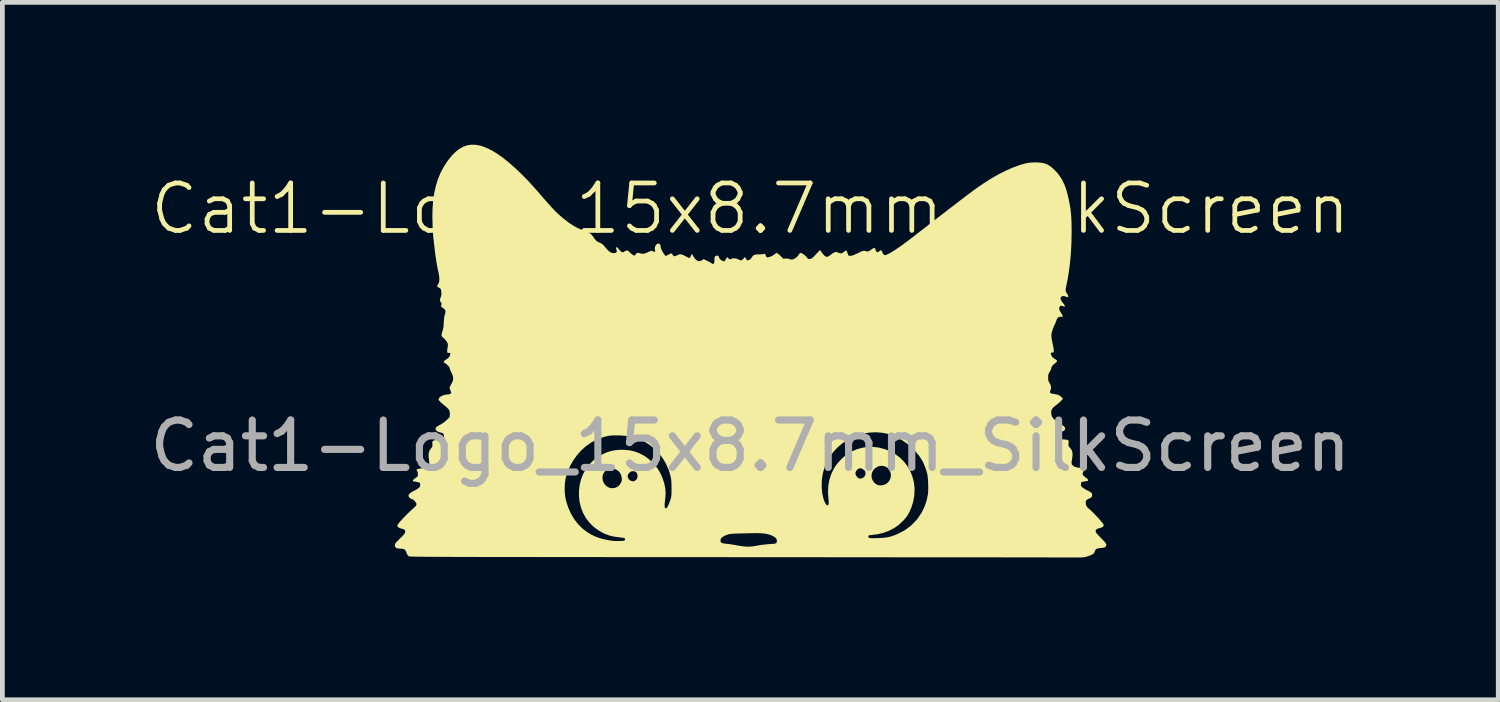
<source format=kicad_pcb>
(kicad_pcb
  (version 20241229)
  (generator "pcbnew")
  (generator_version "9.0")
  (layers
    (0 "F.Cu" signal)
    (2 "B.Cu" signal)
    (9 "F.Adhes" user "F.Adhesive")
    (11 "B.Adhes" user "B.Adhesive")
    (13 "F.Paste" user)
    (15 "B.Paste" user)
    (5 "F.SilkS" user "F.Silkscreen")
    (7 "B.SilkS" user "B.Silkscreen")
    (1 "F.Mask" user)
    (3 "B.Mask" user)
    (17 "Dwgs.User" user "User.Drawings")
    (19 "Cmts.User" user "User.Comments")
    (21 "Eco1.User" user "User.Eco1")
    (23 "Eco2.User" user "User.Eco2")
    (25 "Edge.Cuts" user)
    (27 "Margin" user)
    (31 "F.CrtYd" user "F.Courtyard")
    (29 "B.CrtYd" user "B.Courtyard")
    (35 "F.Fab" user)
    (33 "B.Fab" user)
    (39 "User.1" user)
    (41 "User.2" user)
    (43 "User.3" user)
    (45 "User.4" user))
  (footprint "Cat1-Logo_15x8.7mm_SilkScreen"
    (layer "F.Cu")
    (at 12.768 4.35)
    (property "Reference" "Cat1-Logo_15x8.7mm_SilkScreen" (at 0 -3 0) (unlocked yes) (layer "F.SilkS") (effects (font (size 1 1) (thickness 0.1))))
    (fp_poly (pts (xy -5.789 -4.347) (xy -5.694 -4.33) (xy -5.65 -4.317) (xy -5.546 -4.276) (xy -5.438 -4.222) (xy -5.325 -4.152) (xy -5.206 -4.067) (xy -5.082 -3.967) (xy -4.952 -3.852) (xy -4.833 -3.738) (xy -4.784 -3.689) (xy -4.739 -3.644) (xy -4.698 -3.602) (xy -4.658 -3.559) (xy -4.617 -3.515) (xy -4.572 -3.465) (xy -4.522 -3.409) (xy -4.464 -3.343) (xy -4.437 -3.311) (xy -4.366 -3.229) (xy -4.305 -3.16) (xy -4.252 -3.1) (xy -4.206 -3.049) (xy -4.166 -3.005) (xy -4.131 -2.967) (xy -4.098 -2.934) (xy -4.068 -2.905) (xy -4.037 -2.877) (xy -4.006 -2.85) (xy -3.973 -2.821) (xy -3.936 -2.791) (xy -3.921 -2.779) (xy -3.826 -2.706) (xy -3.737 -2.646) (xy -3.651 -2.598) (xy -3.565 -2.56) (xy -3.53 -2.547) (xy -3.47 -2.525) (xy -3.424 -2.506) (xy -3.388 -2.485) (xy -3.357 -2.462) (xy -3.331 -2.434) (xy -3.304 -2.398) (xy -3.29 -2.378) (xy -3.27 -2.349) (xy -3.251 -2.327) (xy -3.229 -2.311) (xy -3.2 -2.295) (xy -3.159 -2.277) (xy -3.157 -2.276) (xy -3.13 -2.261) (xy -3.103 -2.238) (xy -3.072 -2.203) (xy -3.071 -2.202) (xy -3.023 -2.146) (xy -2.981 -2.105) (xy -2.942 -2.079) (xy -2.906 -2.065) (xy -2.87 -2.063) (xy -2.84 -2.071) (xy -2.819 -2.084) (xy -2.813 -2.103) (xy -2.82 -2.131) (xy -2.822 -2.134) (xy -2.83 -2.16) (xy -2.829 -2.179) (xy -2.82 -2.189) (xy -2.815 -2.19) (xy -2.806 -2.183) (xy -2.789 -2.167) (xy -2.768 -2.143) (xy -2.761 -2.134) (xy -2.732 -2.103) (xy -2.71 -2.085) (xy -2.69 -2.08) (xy -2.669 -2.087) (xy -2.655 -2.097) (xy -2.631 -2.111) (xy -2.609 -2.119) (xy -2.594 -2.119) (xy -2.579 -2.113) (xy -2.561 -2.098) (xy -2.545 -2.082) (xy -2.519 -2.058) (xy -2.492 -2.036) (xy -2.474 -2.025) (xy -2.443 -2.008) (xy -2.416 -2.04) (xy -2.398 -2.059) (xy -2.381 -2.069) (xy -2.36 -2.069) (xy -2.331 -2.062) (xy -2.317 -2.058) (xy -2.282 -2.05) (xy -2.247 -2.051) (xy -2.207 -2.062) (xy -2.159 -2.083) (xy -2.147 -2.089) (xy -2.115 -2.104) (xy -2.093 -2.112) (xy -2.076 -2.112) (xy -2.058 -2.105) (xy -2.047 -2.099) (xy -2.023 -2.09) (xy -2.009 -2.095) (xy -2.005 -2.112) (xy -2.01 -2.133) (xy -2.015 -2.164) (xy -2.009 -2.197) (xy -1.994 -2.228) (xy -1.974 -2.252) (xy -1.95 -2.265) (xy -1.941 -2.267) (xy -1.917 -2.259) (xy -1.899 -2.24) (xy -1.891 -2.214) (xy -1.891 -2.208) (xy -1.889 -2.185) (xy -1.881 -2.157) (xy -1.877 -2.146) (xy -1.863 -2.116) (xy -1.844 -2.084) (xy -1.825 -2.052) (xy -1.806 -2.027) (xy -1.792 -2.01) (xy -1.786 -2.006) (xy -1.773 -2.008) (xy -1.751 -2.017) (xy -1.724 -2.032) (xy -1.724 -2.032) (xy -1.697 -2.047) (xy -1.675 -2.057) (xy -1.663 -2.059) (xy -1.663 -2.059) (xy -1.651 -2.049) (xy -1.638 -2.03) (xy -1.637 -2.029) (xy -1.621 -2.007) (xy -1.604 -1.998) (xy -1.581 -2.001) (xy -1.549 -2.015) (xy -1.548 -2.016) (xy -1.512 -2.032) (xy -1.481 -2.039) (xy -1.449 -2.036) (xy -1.413 -2.023) (xy -1.368 -2) (xy -1.336 -1.983) (xy -1.309 -1.97) (xy -1.291 -1.962) (xy -1.286 -1.961) (xy -1.273 -1.966) (xy -1.262 -1.982) (xy -1.252 -2.011) (xy -1.244 -2.031) (xy -1.236 -2.043) (xy -1.235 -2.043) (xy -1.227 -2.038) (xy -1.214 -2.021) (xy -1.201 -1.998) (xy -1.169 -1.948) (xy -1.134 -1.914) (xy -1.098 -1.896) (xy -1.061 -1.896) (xy -1.023 -1.912) (xy -1.017 -1.916) (xy -0.984 -1.938) (xy -0.91 -1.901) (xy -0.876 -1.884) (xy -0.845 -1.867) (xy -0.823 -1.854) (xy -0.816 -1.849) (xy -0.797 -1.837) (xy -0.784 -1.836) (xy -0.77 -1.846) (xy -0.769 -1.847) (xy -0.761 -1.861) (xy -0.757 -1.885) (xy -0.756 -1.923) (xy -0.755 -1.956) (xy -0.752 -1.977) (xy -0.747 -1.99) (xy -0.737 -1.998) (xy -0.737 -1.999) (xy -0.713 -2.009) (xy -0.695 -2.012) (xy -0.68 -2.009) (xy -0.67 -1.999) (xy -0.661 -1.976) (xy -0.661 -1.976) (xy -0.649 -1.95) (xy -0.63 -1.929) (xy -0.609 -1.913) (xy -0.581 -1.898) (xy -0.559 -1.891) (xy -0.551 -1.891) (xy -0.539 -1.9) (xy -0.524 -1.921) (xy -0.516 -1.936) (xy -0.5 -1.964) (xy -0.487 -1.976) (xy -0.475 -1.972) (xy -0.467 -1.961) (xy -0.448 -1.939) (xy -0.425 -1.933) (xy -0.402 -1.941) (xy -0.37 -1.954) (xy -0.33 -1.955) (xy -0.288 -1.947) (xy -0.255 -1.932) (xy -0.219 -1.915) (xy -0.191 -1.911) (xy -0.168 -1.922) (xy -0.144 -1.947) (xy -0.135 -1.961) (xy -0.124 -1.975) (xy -0.116 -1.976) (xy -0.104 -1.967) (xy -0.088 -1.947) (xy -0.081 -1.93) (xy -0.075 -1.915) (xy -0.064 -1.911) (xy -0.049 -1.913) (xy -0.01 -1.927) (xy 0.018 -1.953) (xy 0.034 -1.979) (xy 0.051 -2.003) (xy 0.072 -2.02) (xy 0.101 -2.031) (xy 0.142 -2.036) (xy 0.187 -2.037) (xy 0.224 -2.038) (xy 0.255 -2.041) (xy 0.277 -2.045) (xy 0.282 -2.047) (xy 0.299 -2.051) (xy 0.312 -2.042) (xy 0.324 -2.019) (xy 0.326 -2.011) (xy 0.336 -1.988) (xy 0.349 -1.976) (xy 0.369 -1.973) (xy 0.397 -1.98) (xy 0.425 -1.99) (xy 0.46 -2.006) (xy 0.494 -2.025) (xy 0.518 -2.043) (xy 0.518 -2.043) (xy 0.55 -2.072) (xy 0.583 -2.05) (xy 0.607 -2.032) (xy 0.634 -2.007) (xy 0.654 -1.987) (xy 0.693 -1.945) (xy 0.739 -1.95) (xy 0.783 -1.95) (xy 0.818 -1.941) (xy 0.853 -1.929) (xy 0.885 -1.929) (xy 0.919 -1.94) (xy 0.928 -1.944) (xy 0.976 -1.975) (xy 1.014 -2.019) (xy 1.025 -2.037) (xy 1.039 -2.057) (xy 1.054 -2.068) (xy 1.058 -2.069) (xy 1.075 -2.065) (xy 1.101 -2.052) (xy 1.129 -2.032) (xy 1.157 -2.01) (xy 1.179 -1.988) (xy 1.187 -1.978) (xy 1.209 -1.952) (xy 1.234 -1.94) (xy 1.266 -1.942) (xy 1.274 -1.944) (xy 1.29 -1.951) (xy 1.309 -1.964) (xy 1.332 -1.984) (xy 1.362 -2.015) (xy 1.385 -2.04) (xy 1.414 -2.071) (xy 1.439 -2.098) (xy 1.457 -2.118) (xy 1.468 -2.128) (xy 1.469 -2.129) (xy 1.476 -2.124) (xy 1.484 -2.109) (xy 1.495 -2.092) (xy 1.513 -2.067) (xy 1.535 -2.04) (xy 1.538 -2.036) (xy 1.568 -2.006) (xy 1.594 -1.989) (xy 1.621 -1.986) (xy 1.65 -1.996) (xy 1.685 -2.02) (xy 1.702 -2.035) (xy 1.722 -2.051) (xy 1.739 -2.061) (xy 1.745 -2.063) (xy 1.759 -2.069) (xy 1.766 -2.076) (xy 1.786 -2.087) (xy 1.816 -2.086) (xy 1.855 -2.074) (xy 1.863 -2.071) (xy 1.896 -2.059) (xy 1.924 -2.059) (xy 1.95 -2.071) (xy 1.978 -2.094) (xy 1.999 -2.11) (xy 2.016 -2.119) (xy 2.023 -2.12) (xy 2.031 -2.11) (xy 2.041 -2.088) (xy 2.049 -2.065) (xy 2.058 -2.037) (xy 2.068 -2.017) (xy 2.074 -2.009) (xy 2.094 -2.007) (xy 2.121 -2.008) (xy 2.149 -2.013) (xy 2.17 -2.019) (xy 2.17 -2.019) (xy 2.186 -2.027) (xy 2.212 -2.039) (xy 2.237 -2.049) (xy 2.272 -2.064) (xy 2.307 -2.081) (xy 2.326 -2.092) (xy 2.367 -2.109) (xy 2.406 -2.113) (xy 2.441 -2.104) (xy 2.474 -2.098) (xy 2.506 -2.107) (xy 2.541 -2.131) (xy 2.545 -2.135) (xy 2.576 -2.158) (xy 2.604 -2.17) (xy 2.625 -2.169) (xy 2.629 -2.167) (xy 2.636 -2.155) (xy 2.641 -2.133) (xy 2.642 -2.131) (xy 2.649 -2.105) (xy 2.667 -2.089) (xy 2.681 -2.082) (xy 2.693 -2.083) (xy 2.708 -2.093) (xy 2.721 -2.104) (xy 2.743 -2.121) (xy 2.759 -2.124) (xy 2.771 -2.112) (xy 2.782 -2.084) (xy 2.783 -2.08) (xy 2.798 -2.05) (xy 2.82 -2.028) (xy 2.844 -2.02) (xy 2.844 -2.02) (xy 2.864 -2.025) (xy 2.895 -2.039) (xy 2.935 -2.06) (xy 2.983 -2.088) (xy 3.036 -2.121) (xy 3.092 -2.158) (xy 3.15 -2.197) (xy 3.206 -2.237) (xy 3.233 -2.257) (xy 3.263 -2.28) (xy 3.29 -2.3) (xy 3.31 -2.314) (xy 3.315 -2.318) (xy 3.326 -2.326) (xy 3.348 -2.343) (xy 3.381 -2.368) (xy 3.421 -2.399) (xy 3.468 -2.435) (xy 3.519 -2.475) (xy 3.54 -2.491) (xy 3.687 -2.604) (xy 3.82 -2.708) (xy 3.942 -2.802) (xy 4.052 -2.887) (xy 4.152 -2.965) (xy 4.242 -3.034) (xy 4.323 -3.096) (xy 4.396 -3.152) (xy 4.461 -3.202) (xy 4.52 -3.247) (xy 4.572 -3.286) (xy 4.618 -3.321) (xy 4.661 -3.353) (xy 4.699 -3.381) (xy 4.734 -3.406) (xy 4.766 -3.429) (xy 4.797 -3.451) (xy 4.827 -3.472) (xy 4.856 -3.492) (xy 4.886 -3.512) (xy 4.917 -3.533) (xy 4.924 -3.538) (xy 5.076 -3.635) (xy 5.228 -3.722) (xy 5.377 -3.798) (xy 5.522 -3.862) (xy 5.659 -3.913) (xy 5.667 -3.916) (xy 5.738 -3.938) (xy 5.798 -3.954) (xy 5.852 -3.965) (xy 5.904 -3.972) (xy 5.959 -3.975) (xy 6.01 -3.976) (xy 6.094 -3.973) (xy 6.166 -3.964) (xy 6.228 -3.947) (xy 6.285 -3.92) (xy 6.34 -3.883) (xy 6.397 -3.834) (xy 6.415 -3.816) (xy 6.478 -3.748) (xy 6.532 -3.676) (xy 6.579 -3.599) (xy 6.62 -3.513) (xy 6.656 -3.417) (xy 6.687 -3.309) (xy 6.714 -3.192) (xy 6.73 -3.11) (xy 6.744 -3.035) (xy 6.754 -2.962) (xy 6.762 -2.888) (xy 6.767 -2.811) (xy 6.771 -2.727) (xy 6.773 -2.632) (xy 6.774 -2.524) (xy 6.774 -2.517) (xy 6.77 -2.274) (xy 6.757 -2.039) (xy 6.735 -1.814) (xy 6.705 -1.6) (xy 6.667 -1.398) (xy 6.66 -1.367) (xy 6.651 -1.319) (xy 6.648 -1.283) (xy 6.651 -1.256) (xy 6.662 -1.233) (xy 6.671 -1.221) (xy 6.687 -1.198) (xy 6.698 -1.173) (xy 6.703 -1.15) (xy 6.701 -1.136) (xy 6.699 -1.134) (xy 6.687 -1.134) (xy 6.666 -1.141) (xy 6.652 -1.147) (xy 6.611 -1.159) (xy 6.576 -1.156) (xy 6.549 -1.137) (xy 6.54 -1.124) (xy 6.539 -1.109) (xy 6.544 -1.086) (xy 6.556 -1.062) (xy 6.574 -1.032) (xy 6.592 -1.01) (xy 6.612 -0.986) (xy 6.625 -0.964) (xy 6.63 -0.951) (xy 6.63 -0.94) (xy 6.626 -0.935) (xy 6.615 -0.937) (xy 6.593 -0.945) (xy 6.588 -0.946) (xy 6.559 -0.954) (xy 6.539 -0.952) (xy 6.536 -0.95) (xy 6.519 -0.933) (xy 6.512 -0.905) (xy 6.515 -0.873) (xy 6.528 -0.839) (xy 6.54 -0.82) (xy 6.558 -0.794) (xy 6.574 -0.766) (xy 6.585 -0.743) (xy 6.588 -0.731) (xy 6.58 -0.725) (xy 6.56 -0.722) (xy 6.547 -0.722) (xy 6.51 -0.718) (xy 6.485 -0.704) (xy 6.466 -0.678) (xy 6.456 -0.652) (xy 6.446 -0.624) (xy 6.431 -0.587) (xy 6.413 -0.547) (xy 6.404 -0.529) (xy 6.373 -0.453) (xy 6.353 -0.382) (xy 6.347 -0.318) (xy 6.35 -0.279) (xy 6.354 -0.253) (xy 6.361 -0.215) (xy 6.37 -0.171) (xy 6.379 -0.125) (xy 6.38 -0.121) (xy 6.391 -0.066) (xy 6.397 -0.025) (xy 6.398 0.004) (xy 6.394 0.021) (xy 6.385 0.03) (xy 6.37 0.033) (xy 6.365 0.032) (xy 6.344 0.034) (xy 6.335 0.045) (xy 6.337 0.066) (xy 6.349 0.096) (xy 6.362 0.121) (xy 6.382 0.141) (xy 6.412 0.161) (xy 6.415 0.163) (xy 6.448 0.184) (xy 6.464 0.202) (xy 6.466 0.219) (xy 6.451 0.238) (xy 6.421 0.261) (xy 6.42 0.262) (xy 6.38 0.296) (xy 6.354 0.332) (xy 6.342 0.37) (xy 6.342 0.379) (xy 6.337 0.392) (xy 6.326 0.415) (xy 6.31 0.443) (xy 6.31 0.443) (xy 6.294 0.47) (xy 6.285 0.493) (xy 6.28 0.517) (xy 6.279 0.549) (xy 6.279 0.559) (xy 6.279 0.594) (xy 6.282 0.619) (xy 6.289 0.64) (xy 6.302 0.665) (xy 6.31 0.677) (xy 6.334 0.726) (xy 6.342 0.772) (xy 6.334 0.812) (xy 6.329 0.823) (xy 6.318 0.852) (xy 6.319 0.876) (xy 6.331 0.89) (xy 6.346 0.895) (xy 6.373 0.901) (xy 6.407 0.907) (xy 6.418 0.908) (xy 6.478 0.921) (xy 6.524 0.941) (xy 6.56 0.971) (xy 6.574 0.987) (xy 6.591 1.01) (xy 6.545 1.058) (xy 6.513 1.088) (xy 6.475 1.12) (xy 6.444 1.144) (xy 6.399 1.18) (xy 6.368 1.214) (xy 6.349 1.248) (xy 6.342 1.284) (xy 6.342 1.296) (xy 6.346 1.34) (xy 6.359 1.379) (xy 6.382 1.416) (xy 6.418 1.453) (xy 6.467 1.491) (xy 6.522 1.526) (xy 6.568 1.555) (xy 6.6 1.578) (xy 6.621 1.597) (xy 6.633 1.614) (xy 6.637 1.63) (xy 6.637 1.64) (xy 6.632 1.66) (xy 6.618 1.676) (xy 6.6 1.687) (xy 6.57 1.7) (xy 6.537 1.71) (xy 6.53 1.711) (xy 6.507 1.715) (xy 6.497 1.72) (xy 6.498 1.729) (xy 6.505 1.742) (xy 6.511 1.756) (xy 6.506 1.763) (xy 6.505 1.763) (xy 6.491 1.771) (xy 6.475 1.783) (xy 6.463 1.8) (xy 6.465 1.817) (xy 6.482 1.833) (xy 6.511 1.847) (xy 6.552 1.857) (xy 6.601 1.864) (xy 6.615 1.865) (xy 6.658 1.868) (xy 6.686 1.874) (xy 6.703 1.883) (xy 6.71 1.9) (xy 6.711 1.925) (xy 6.709 1.948) (xy 6.707 1.978) (xy 6.709 1.997) (xy 6.716 2.012) (xy 6.731 2.03) (xy 6.734 2.034) (xy 6.765 2.073) (xy 6.784 2.109) (xy 6.792 2.149) (xy 6.793 2.182) (xy 6.791 2.221) (xy 6.785 2.266) (xy 6.78 2.294) (xy 6.773 2.335) (xy 6.772 2.364) (xy 6.779 2.388) (xy 6.795 2.409) (xy 6.798 2.413) (xy 6.816 2.429) (xy 6.839 2.44) (xy 6.871 2.45) (xy 6.914 2.458) (xy 6.944 2.462) (xy 6.977 2.467) (xy 7.005 2.471) (xy 7.022 2.475) (xy 7.023 2.475) (xy 7.035 2.487) (xy 7.035 2.508) (xy 7.023 2.539) (xy 7.019 2.546) (xy 7.007 2.573) (xy 7.006 2.596) (xy 7.017 2.619) (xy 7.042 2.644) (xy 7.067 2.663) (xy 7.101 2.691) (xy 7.119 2.711) (xy 7.122 2.721) (xy 7.121 2.73) (xy 7.113 2.737) (xy 7.097 2.742) (xy 7.068 2.746) (xy 7.054 2.748) (xy 7.018 2.754) (xy 6.992 2.761) (xy 6.978 2.768) (xy 6.977 2.769) (xy 6.973 2.784) (xy 6.97 2.808) (xy 6.97 2.816) (xy 6.971 2.837) (xy 6.977 2.852) (xy 6.991 2.867) (xy 7.01 2.882) (xy 7.037 2.901) (xy 7.073 2.922) (xy 7.111 2.942) (xy 7.12 2.947) (xy 7.159 2.966) (xy 7.185 2.984) (xy 7.199 3.001) (xy 7.206 3.021) (xy 7.207 3.042) (xy 7.204 3.064) (xy 7.194 3.081) (xy 7.173 3.097) (xy 7.138 3.114) (xy 7.133 3.116) (xy 7.1 3.132) (xy 7.081 3.15) (xy 7.073 3.173) (xy 7.072 3.194) (xy 7.074 3.229) (xy 7.082 3.258) (xy 7.098 3.285) (xy 7.125 3.313) (xy 7.159 3.343) (xy 7.185 3.366) (xy 7.217 3.397) (xy 7.254 3.434) (xy 7.292 3.475) (xy 7.331 3.516) (xy 7.367 3.556) (xy 7.398 3.593) (xy 7.424 3.624) (xy 7.44 3.646) (xy 7.446 3.656) (xy 7.449 3.681) (xy 7.438 3.701) (xy 7.412 3.718) (xy 7.37 3.732) (xy 7.355 3.735) (xy 7.321 3.745) (xy 7.3 3.758) (xy 7.286 3.776) (xy 7.283 3.784) (xy 7.28 3.796) (xy 7.281 3.808) (xy 7.287 3.823) (xy 7.299 3.841) (xy 7.32 3.865) (xy 7.349 3.897) (xy 7.39 3.938) (xy 7.399 3.948) (xy 7.442 3.992) (xy 7.473 4.026) (xy 7.493 4.053) (xy 7.504 4.074) (xy 7.506 4.092) (xy 7.501 4.109) (xy 7.49 4.125) (xy 7.489 4.126) (xy 7.479 4.135) (xy 7.465 4.142) (xy 7.443 4.147) (xy 7.409 4.15) (xy 7.395 4.152) (xy 7.345 4.158) (xy 7.31 4.167) (xy 7.286 4.181) (xy 7.271 4.201) (xy 7.264 4.22) (xy 7.254 4.246) (xy 7.239 4.268) (xy 7.214 4.287) (xy 7.175 4.306) (xy 7.128 4.323) (xy 7.077 4.338) (xy 7.025 4.348) (xy 6.978 4.353) (xy 6.953 4.353) (xy 6.943 4.353) (xy 6.916 4.353) (xy 6.874 4.352) (xy 6.815 4.352) (xy 6.741 4.352) (xy 6.653 4.352) (xy 6.549 4.352) (xy 6.432 4.352) (xy 6.3 4.352) (xy 6.155 4.351) (xy 5.997 4.351) (xy 5.827 4.351) (xy 5.644 4.351) (xy 5.45 4.351) (xy 5.244 4.35) (xy 5.027 4.35) (xy 4.799 4.35) (xy 4.561 4.35) (xy 4.314 4.35) (xy 4.057 4.349) (xy 3.79 4.349) (xy 3.516 4.349) (xy 3.232 4.349) (xy 2.942 4.349) (xy 2.643 4.348) (xy 2.338 4.348) (xy 2.026 4.348) (xy 1.707 4.348) (xy 1.383 4.347) (xy 1.053 4.347) (xy 0.718 4.347) (xy 0.379 4.347) (xy 0.035 4.347) (xy -0.127 4.347) (xy -0.543 4.346) (xy -0.942 4.346) (xy -1.325 4.346) (xy -1.692 4.346) (xy -2.043 4.345) (xy -2.379 4.345) (xy -2.7 4.345) (xy -3.006 4.345) (xy -3.298 4.344) (xy -3.576 4.344) (xy -3.841 4.344) (xy -4.092 4.344) (xy -4.331 4.344) (xy -4.557 4.343) (xy -4.77 4.343) (xy -4.972 4.343) (xy -5.162 4.343) (xy -5.342 4.342) (xy -5.51 4.342) (xy -5.668 4.342) (xy -5.815 4.342) (xy -5.953 4.341) (xy -6.081 4.341) (xy -6.2 4.341) (xy -6.311 4.34) (xy -6.412 4.34) (xy -6.506 4.34) (xy -6.592 4.339) (xy -6.671 4.339) (xy -6.742 4.339) (xy -6.807 4.338) (xy -6.865 4.338) (xy -6.917 4.337) (xy -6.963 4.337) (xy -7.004 4.336) (xy -7.04 4.336) (xy -7.071 4.335) (xy -7.098 4.334) (xy -7.121 4.334) (xy -7.14 4.333) (xy -7.156 4.333) (xy -7.169 4.332) (xy -7.179 4.331) (xy -7.186 4.33) (xy -7.192 4.33) (xy -7.196 4.329) (xy -7.199 4.328) (xy -7.2 4.327) (xy -7.225 4.302) (xy -7.245 4.264) (xy -7.254 4.235) (xy -7.264 4.214) (xy -7.281 4.192) (xy -7.282 4.191) (xy -7.296 4.181) (xy -7.311 4.174) (xy -7.333 4.17) (xy -7.365 4.167) (xy -7.381 4.166) (xy -7.417 4.164) (xy -7.442 4.161) (xy -7.457 4.156) (xy -7.469 4.148) (xy -7.476 4.14) (xy -7.49 4.119) (xy -7.496 4.101) (xy -7.496 4.099) (xy -7.491 4.078) (xy -7.48 4.052) (xy -7.466 4.032) (xy -7.46 4.026) (xy -7.451 4.018) (xy -7.432 4) (xy -7.406 3.974) (xy -7.376 3.943) (xy -7.362 3.93) (xy -7.328 3.894) (xy -7.304 3.867) (xy -7.288 3.847) (xy -7.28 3.832) (xy -7.276 3.819) (xy -7.275 3.81) (xy -7.279 3.786) (xy -7.292 3.768) (xy -7.316 3.755) (xy -7.354 3.744) (xy -7.355 3.744) (xy -7.395 3.732) (xy -7.424 3.714) (xy -7.44 3.694) (xy -7.44 3.674) (xy -7.431 3.656) (xy -7.41 3.629) (xy -7.382 3.595) (xy -7.346 3.555) (xy -7.306 3.512) (xy -7.264 3.468) (xy -7.22 3.424) (xy -7.178 3.383) (xy -7.138 3.347) (xy -7.129 3.339) (xy -7.092 3.307) (xy -7.066 3.282) (xy -7.05 3.263) (xy -7.041 3.247) (xy -7.038 3.232) (xy -7.038 3.225) (xy -7.044 3.206) (xy -7.059 3.182) (xy -7.079 3.157) (xy -7.1 3.138) (xy -7.116 3.128) (xy -7.161 3.111) (xy -7.19 3.088) (xy -7.205 3.061) (xy -7.204 3.034) (xy -7.195 3.021) (xy -7.178 3.003) (xy -7.156 2.985) (xy -7.136 2.97) (xy -7.121 2.963) (xy -7.12 2.963) (xy -7.111 2.959) (xy -7.091 2.948) (xy -7.063 2.933) (xy -7.046 2.924) (xy -7.005 2.899) (xy -7.004 2.897) (xy -3.914 2.897) (xy -3.911 2.986) (xy -3.903 3.065) (xy -3.888 3.142) (xy -3.865 3.222) (xy -3.835 3.307) (xy -3.779 3.433) (xy -3.71 3.548) (xy -3.63 3.651) (xy -3.539 3.742) (xy -3.438 3.819) (xy -3.345 3.874) (xy -3.263 3.913) (xy -3.177 3.944) (xy -3.085 3.969) (xy -2.982 3.99) (xy -2.925 3.999) (xy -2.889 4.002) (xy -2.846 4.005) (xy -2.8 4.006) (xy -2.755 4.006) (xy -2.714 4.004) (xy -2.681 4.002) (xy -2.659 3.998) (xy -2.654 3.996) (xy -2.651 3.992) (xy -0.628 3.992) (xy -0.627 4.014) (xy -0.62 4.031) (xy -0.606 4.044) (xy -0.582 4.052) (xy -0.547 4.059) (xy -0.497 4.065) (xy -0.492 4.065) (xy -0.441 4.071) (xy -0.381 4.08) (xy -0.32 4.09) (xy -0.267 4.1) (xy -0.16 4.117) (xy -0.061 4.125) (xy 0.028 4.122) (xy 0.089 4.113) (xy 0.228 4.088) (xy 0.371 4.073) (xy 0.424 4.069) (xy 0.475 4.066) (xy 0.512 4.062) (xy 0.536 4.055) (xy 0.551 4.045) (xy 0.558 4.03) (xy 0.56 4.01) (xy 0.56 4.003) (xy 0.556 3.974) (xy 0.543 3.949) (xy 0.518 3.927) (xy 0.48 3.904) (xy 0.453 3.891) (xy 0.421 3.877) (xy 0.387 3.866) (xy 0.35 3.857) (xy 0.309 3.85) (xy 0.261 3.845) (xy 0.206 3.841) (xy 0.14 3.84) (xy 0.062 3.84) (xy -0.029 3.842) (xy -0.122 3.844) (xy -0.203 3.846) (xy -0.269 3.848) (xy -0.322 3.85) (xy -0.364 3.852) (xy -0.397 3.855) (xy -0.423 3.857) (xy -0.443 3.861) (xy -0.46 3.864) (xy -0.476 3.869) (xy -0.484 3.872) (xy -0.543 3.895) (xy -0.586 3.921) (xy -0.614 3.947) (xy -0.627 3.977) (xy -0.628 3.992) (xy -2.651 3.992) (xy -2.642 3.978) (xy -2.641 3.964) (xy -2.643 3.957) (xy -2.645 3.951) (xy -2.651 3.946) (xy -2.663 3.942) (xy -2.682 3.938) (xy -2.712 3.934) (xy -2.755 3.928) (xy -2.81 3.922) (xy -2.898 3.908) (xy -2.976 3.888) (xy -3.05 3.861) (xy -3.103 3.838) (xy -3.211 3.776) (xy -3.308 3.702) (xy -3.394 3.616) (xy -3.467 3.519) (xy -3.527 3.412) (xy -3.527 3.411) (xy -3.569 3.303) (xy -3.598 3.187) (xy -3.612 3.067) (xy -3.612 2.946) (xy -3.598 2.826) (xy -3.57 2.71) (xy -3.556 2.674) (xy -3.117 2.674) (xy -3.11 2.731) (xy -3.089 2.782) (xy -3.057 2.826) (xy -3.017 2.86) (xy -2.97 2.883) (xy -2.918 2.893) (xy -2.865 2.888) (xy -2.843 2.882) (xy -2.793 2.857) (xy -2.755 2.822) (xy -2.729 2.78) (xy -2.715 2.749) (xy -2.709 2.724) (xy -2.709 2.694) (xy -2.71 2.68) (xy -2.717 2.643) (xy -2.587 2.643) (xy -2.581 2.666) (xy -2.561 2.705) (xy -2.531 2.73) (xy -2.504 2.741) (xy -2.484 2.746) (xy -2.473 2.75) (xy -2.472 2.75) (xy -2.464 2.747) (xy -2.446 2.74) (xy -2.442 2.739) (xy -2.407 2.717) (xy -2.385 2.685) (xy -2.377 2.643) (xy -2.377 2.637) (xy -2.382 2.596) (xy -2.397 2.566) (xy -2.425 2.544) (xy -2.428 2.542) (xy -2.466 2.532) (xy -2.504 2.536) (xy -2.539 2.555) (xy -2.567 2.586) (xy -2.575 2.601) (xy -2.585 2.624) (xy -2.587 2.643) (xy -2.717 2.643) (xy -2.723 2.618) (xy -2.749 2.566) (xy -2.789 2.524) (xy -2.841 2.493) (xy -2.869 2.483) (xy -2.898 2.475) (xy -2.919 2.472) (xy -2.939 2.474) (xy -2.967 2.482) (xy -2.971 2.483) (xy -3.027 2.507) (xy -3.07 2.543) (xy -3.1 2.587) (xy -3.115 2.641) (xy -3.117 2.674) (xy -3.556 2.674) (xy -3.528 2.601) (xy -3.527 2.599) (xy -3.469 2.494) (xy -3.402 2.401) (xy -3.322 2.319) (xy -3.23 2.246) (xy -3.124 2.182) (xy -3.048 2.145) (xy -2.968 2.117) (xy -2.878 2.096) (xy -2.781 2.084) (xy -2.683 2.082) (xy -2.655 2.083) (xy -2.55 2.093) (xy -2.454 2.114) (xy -2.362 2.146) (xy -2.269 2.191) (xy -2.236 2.209) (xy -2.184 2.245) (xy -2.127 2.291) (xy -2.069 2.344) (xy -2.016 2.4) (xy -1.971 2.455) (xy -1.949 2.485) (xy -1.893 2.582) (xy -1.848 2.685) (xy -1.814 2.79) (xy -1.793 2.894) (xy -1.785 2.996) (xy -1.791 3.091) (xy -1.791 3.094) (xy -1.8 3.164) (xy -1.806 3.222) (xy -1.806 3.266) (xy -1.803 3.296) (xy -1.796 3.31) (xy -1.78 3.317) (xy -1.77 3.316) (xy -1.758 3.305) (xy -1.743 3.28) (xy -1.725 3.245) (xy -1.708 3.203) (xy -1.691 3.157) (xy -1.684 3.135) (xy -1.676 3.108) (xy -1.67 3.084) (xy -1.666 3.061) (xy -1.663 3.034) (xy -1.661 3) (xy -1.661 2.957) (xy -1.661 2.9) (xy -1.661 2.895) (xy -1.661 2.879) (xy 1.505 2.879) (xy 1.516 2.995) (xy 1.538 3.1) (xy 1.54 3.106) (xy 1.556 3.153) (xy 1.574 3.195) (xy 1.593 3.227) (xy 1.611 3.249) (xy 1.625 3.256) (xy 1.64 3.25) (xy 1.649 3.232) (xy 1.653 3.2) (xy 1.651 3.154) (xy 1.647 3.116) (xy 1.638 2.978) (xy 1.644 2.847) (xy 1.666 2.721) (xy 1.704 2.601) (xy 1.713 2.581) (xy 2.216 2.581) (xy 2.222 2.607) (xy 2.237 2.636) (xy 2.257 2.662) (xy 2.274 2.677) (xy 2.305 2.689) (xy 2.338 2.688) (xy 2.363 2.679) (xy 2.397 2.657) (xy 2.419 2.625) (xy 2.421 2.616) (xy 2.555 2.616) (xy 2.558 2.669) (xy 2.575 2.72) (xy 2.606 2.767) (xy 2.615 2.777) (xy 2.659 2.812) (xy 2.708 2.831) (xy 2.762 2.833) (xy 2.815 2.823) (xy 2.866 2.8) (xy 2.907 2.765) (xy 2.938 2.721) (xy 2.957 2.672) (xy 2.964 2.619) (xy 2.957 2.566) (xy 2.937 2.516) (xy 2.908 2.476) (xy 2.868 2.445) (xy 2.82 2.426) (xy 2.767 2.42) (xy 2.713 2.427) (xy 2.676 2.441) (xy 2.627 2.474) (xy 2.59 2.516) (xy 2.566 2.564) (xy 2.555 2.616) (xy 2.421 2.616) (xy 2.429 2.587) (xy 2.424 2.547) (xy 2.417 2.53) (xy 2.4 2.51) (xy 2.374 2.491) (xy 2.344 2.476) (xy 2.318 2.471) (xy 2.285 2.478) (xy 2.255 2.499) (xy 2.232 2.528) (xy 2.218 2.563) (xy 2.216 2.581) (xy 1.713 2.581) (xy 1.758 2.488) (xy 1.8 2.418) (xy 1.841 2.365) (xy 1.892 2.308) (xy 1.948 2.252) (xy 2.006 2.203) (xy 2.033 2.183) (xy 2.137 2.119) (xy 2.246 2.071) (xy 2.361 2.039) (xy 2.478 2.022) (xy 2.599 2.022) (xy 2.72 2.038) (xy 2.832 2.068) (xy 2.949 2.114) (xy 3.056 2.174) (xy 3.152 2.246) (xy 3.237 2.33) (xy 3.309 2.423) (xy 3.369 2.525) (xy 3.414 2.635) (xy 3.446 2.753) (xy 3.462 2.876) (xy 3.463 2.936) (xy 3.455 3.062) (xy 3.431 3.188) (xy 3.392 3.309) (xy 3.344 3.412) (xy 3.323 3.45) (xy 3.304 3.48) (xy 3.284 3.508) (xy 3.26 3.537) (xy 3.228 3.573) (xy 3.217 3.584) (xy 3.132 3.663) (xy 3.035 3.732) (xy 2.928 3.788) (xy 2.812 3.832) (xy 2.688 3.862) (xy 2.564 3.878) (xy 2.529 3.881) (xy 2.507 3.885) (xy 2.495 3.889) (xy 2.49 3.896) (xy 2.489 3.905) (xy 2.488 3.919) (xy 2.492 3.93) (xy 2.503 3.938) (xy 2.523 3.943) (xy 2.553 3.946) (xy 2.596 3.946) (xy 2.653 3.945) (xy 2.67 3.945) (xy 2.74 3.942) (xy 2.804 3.938) (xy 2.858 3.932) (xy 2.895 3.926) (xy 2.929 3.919) (xy 2.956 3.912) (xy 2.973 3.907) (xy 2.976 3.905) (xy 2.989 3.899) (xy 3.011 3.893) (xy 3.014 3.892) (xy 3.039 3.885) (xy 3.072 3.871) (xy 3.112 3.854) (xy 3.154 3.833) (xy 3.196 3.811) (xy 3.235 3.79) (xy 3.269 3.77) (xy 3.295 3.753) (xy 3.309 3.74) (xy 3.311 3.736) (xy 3.318 3.73) (xy 3.334 3.721) (xy 3.335 3.72) (xy 3.353 3.709) (xy 3.379 3.687) (xy 3.411 3.657) (xy 3.445 3.623) (xy 3.48 3.587) (xy 3.511 3.552) (xy 3.536 3.521) (xy 3.536 3.52) (xy 3.612 3.407) (xy 3.671 3.286) (xy 3.715 3.16) (xy 3.743 3.027) (xy 3.745 3.014) (xy 3.749 2.963) (xy 3.751 2.902) (xy 3.751 2.834) (xy 3.748 2.764) (xy 3.744 2.697) (xy 3.738 2.637) (xy 3.73 2.588) (xy 3.728 2.581) (xy 3.706 2.505) (xy 3.677 2.425) (xy 3.644 2.348) (xy 3.622 2.306) (xy 3.557 2.206) (xy 3.478 2.11) (xy 3.387 2.02) (xy 3.286 1.938) (xy 3.178 1.866) (xy 3.066 1.806) (xy 3.012 1.783) (xy 2.893 1.745) (xy 2.769 1.722) (xy 2.64 1.713) (xy 2.509 1.72) (xy 2.379 1.742) (xy 2.308 1.761) (xy 2.179 1.808) (xy 2.059 1.868) (xy 1.948 1.94) (xy 1.848 2.024) (xy 1.758 2.118) (xy 1.681 2.221) (xy 1.617 2.332) (xy 1.566 2.451) (xy 1.53 2.575) (xy 1.509 2.705) (xy 1.506 2.755) (xy 1.505 2.879) (xy -1.661 2.879) (xy -1.661 2.818) (xy -1.664 2.754) (xy -1.67 2.698) (xy -1.68 2.645) (xy -1.694 2.591) (xy -1.713 2.532) (xy -1.726 2.495) (xy -1.779 2.374) (xy -1.847 2.26) (xy -1.928 2.155) (xy -2.021 2.06) (xy -2.125 1.977) (xy -2.238 1.907) (xy -2.264 1.894) (xy -2.369 1.849) (xy -2.476 1.815) (xy -2.591 1.793) (xy -2.715 1.781) (xy -2.806 1.779) (xy -2.87 1.779) (xy -2.922 1.781) (xy -2.967 1.785) (xy -3.01 1.793) (xy -3.055 1.803) (xy -3.107 1.819) (xy -3.133 1.826) (xy -3.249 1.872) (xy -3.361 1.933) (xy -3.467 2.008) (xy -3.565 2.096) (xy -3.654 2.197) (xy -3.733 2.308) (xy -3.787 2.402) (xy -3.835 2.502) (xy -3.87 2.596) (xy -3.894 2.688) (xy -3.908 2.782) (xy -3.913 2.884) (xy -3.914 2.897) (xy -7.004 2.897) (xy -6.979 2.876) (xy -6.964 2.854) (xy -6.959 2.828) (xy -6.96 2.806) (xy -6.965 2.784) (xy -6.976 2.774) (xy -6.986 2.771) (xy -7.01 2.766) (xy -7.037 2.759) (xy -7.039 2.759) (xy -7.066 2.753) (xy -7.09 2.751) (xy -7.092 2.751) (xy -7.109 2.747) (xy -7.114 2.734) (xy -7.114 2.734) (xy -7.109 2.72) (xy -7.093 2.703) (xy -7.065 2.681) (xy -7.038 2.663) (xy -7.021 2.65) (xy -7.012 2.638) (xy -7.008 2.62) (xy -7.008 2.596) (xy -7.011 2.559) (xy -7.02 2.536) (xy -7.023 2.532) (xy -7.034 2.516) (xy -7.038 2.507) (xy -7.03 2.497) (xy -7.007 2.487) (xy -6.972 2.479) (xy -6.929 2.474) (xy -6.881 2.466) (xy -6.838 2.452) (xy -6.802 2.435) (xy -6.779 2.416) (xy -6.773 2.407) (xy -6.768 2.391) (xy -6.767 2.369) (xy -6.769 2.338) (xy -6.773 2.302) (xy -6.78 2.242) (xy -6.782 2.195) (xy -6.78 2.157) (xy -6.773 2.125) (xy -6.76 2.096) (xy -6.741 2.066) (xy -6.728 2.048) (xy -6.71 2.024) (xy -6.702 2.006) (xy -6.7 1.988) (xy -6.703 1.968) (xy -6.705 1.935) (xy -6.701 1.91) (xy -6.688 1.894) (xy -6.664 1.883) (xy -6.627 1.877) (xy -6.583 1.874) (xy -6.537 1.87) (xy -6.504 1.862) (xy -6.485 1.854) (xy -6.468 1.842) (xy -6.459 1.83) (xy -6.457 1.81) (xy -6.458 1.795) (xy -6.463 1.761) (xy -6.478 1.739) (xy -6.504 1.725) (xy -6.53 1.719) (xy -6.573 1.707) (xy -6.607 1.689) (xy -6.628 1.667) (xy -6.636 1.642) (xy -6.634 1.628) (xy -6.629 1.616) (xy -6.62 1.604) (xy -6.605 1.592) (xy -6.581 1.578) (xy -6.546 1.558) (xy -6.534 1.552) (xy -6.483 1.521) (xy -6.431 1.481) (xy -6.403 1.456) (xy -6.338 1.395) (xy -6.335 1.336) (xy -6.335 1.298) (xy -6.341 1.267) (xy -6.354 1.239) (xy -6.377 1.211) (xy -6.412 1.179) (xy -6.431 1.163) (xy -6.483 1.119) (xy -6.523 1.084) (xy -6.551 1.056) (xy -6.568 1.035) (xy -6.574 1.019) (xy -6.574 1.013) (xy -6.559 0.987) (xy -6.531 0.962) (xy -6.494 0.942) (xy -6.45 0.926) (xy -6.404 0.918) (xy -6.385 0.917) (xy -6.347 0.912) (xy -6.324 0.901) (xy -6.304 0.885) (xy -6.323 0.828) (xy -6.342 0.771) (xy -6.324 0.736) (xy -6.309 0.705) (xy -6.291 0.672) (xy -6.286 0.662) (xy -6.269 0.621) (xy -6.264 0.579) (xy -6.27 0.532) (xy -6.289 0.479) (xy -6.317 0.424) (xy -6.327 0.401) (xy -6.333 0.381) (xy -6.333 0.378) (xy -6.341 0.351) (xy -6.361 0.32) (xy -6.392 0.288) (xy -6.431 0.259) (xy -6.451 0.247) (xy -6.46 0.234) (xy -6.457 0.216) (xy -6.442 0.198) (xy -6.419 0.183) (xy -6.419 0.183) (xy -6.377 0.157) (xy -6.346 0.122) (xy -6.328 0.082) (xy -6.325 0.055) (xy -6.326 0.042) (xy -6.335 0.038) (xy -6.354 0.04) (xy -6.374 0.042) (xy -6.384 0.036) (xy -6.389 0.022) (xy -6.391 -0.003) (xy -6.389 -0.028) (xy -6.38 -0.078) (xy -6.376 -0.118) (xy -6.379 -0.152) (xy -6.389 -0.181) (xy -6.408 -0.211) (xy -6.438 -0.244) (xy -6.479 -0.284) (xy -6.488 -0.292) (xy -6.502 -0.308) (xy -6.509 -0.325) (xy -6.509 -0.348) (xy -6.502 -0.38) (xy -6.489 -0.422) (xy -6.479 -0.455) (xy -6.472 -0.487) (xy -6.467 -0.523) (xy -6.464 -0.568) (xy -6.463 -0.598) (xy -6.459 -0.661) (xy -6.454 -0.709) (xy -6.446 -0.747) (xy -6.443 -0.758) (xy -6.43 -0.802) (xy -6.427 -0.835) (xy -6.432 -0.861) (xy -6.448 -0.882) (xy -6.456 -0.89) (xy -6.477 -0.907) (xy -6.497 -0.919) (xy -6.502 -0.921) (xy -6.517 -0.933) (xy -6.518 -0.955) (xy -6.51 -0.98) (xy -6.505 -0.996) (xy -6.509 -1.01) (xy -6.523 -1.026) (xy -6.539 -1.049) (xy -6.544 -1.075) (xy -6.538 -1.107) (xy -6.527 -1.134) (xy -6.517 -1.16) (xy -6.513 -1.185) (xy -6.512 -1.215) (xy -6.514 -1.237) (xy -6.518 -1.276) (xy -6.525 -1.302) (xy -6.537 -1.319) (xy -6.557 -1.332) (xy -6.568 -1.337) (xy -6.593 -1.352) (xy -6.602 -1.37) (xy -6.595 -1.389) (xy -6.593 -1.391) (xy -6.569 -1.429) (xy -6.557 -1.48) (xy -6.556 -1.542) (xy -6.566 -1.617) (xy -6.575 -1.659) (xy -6.59 -1.731) (xy -6.607 -1.817) (xy -6.623 -1.914) (xy -6.638 -2.017) (xy -6.652 -2.124) (xy -6.664 -2.231) (xy -6.664 -2.233) (xy -6.669 -2.277) (xy -6.674 -2.323) (xy -6.679 -2.362) (xy -6.681 -2.377) (xy -6.684 -2.401) (xy -6.687 -2.44) (xy -6.69 -2.488) (xy -6.694 -2.544) (xy -6.697 -2.604) (xy -6.698 -2.636) (xy -6.703 -2.83) (xy -6.699 -3.011) (xy -6.685 -3.179) (xy -6.662 -3.336) (xy -6.629 -3.483) (xy -6.586 -3.621) (xy -6.533 -3.751) (xy -6.469 -3.873) (xy -6.394 -3.99) (xy -6.366 -4.028) (xy -6.289 -4.123) (xy -6.211 -4.201) (xy -6.132 -4.262) (xy -6.05 -4.308) (xy -5.966 -4.337) (xy -5.879 -4.35)) (stroke (width 0) (type solid)) (fill yes) (layer "F.SilkS"))
    (fp_text user "${REFERENCE}" (at 0 2 0) (unlocked yes) (layer "F.Fab") (effects (font (size 1 1) (thickness 0.15)))))
  (gr_rect
    (start -3 -3)
    (end 28.536 11.703)
    (stroke (width 0.1) (type default))
    (fill no)
    (layer "Edge.Cuts")))
</source>
